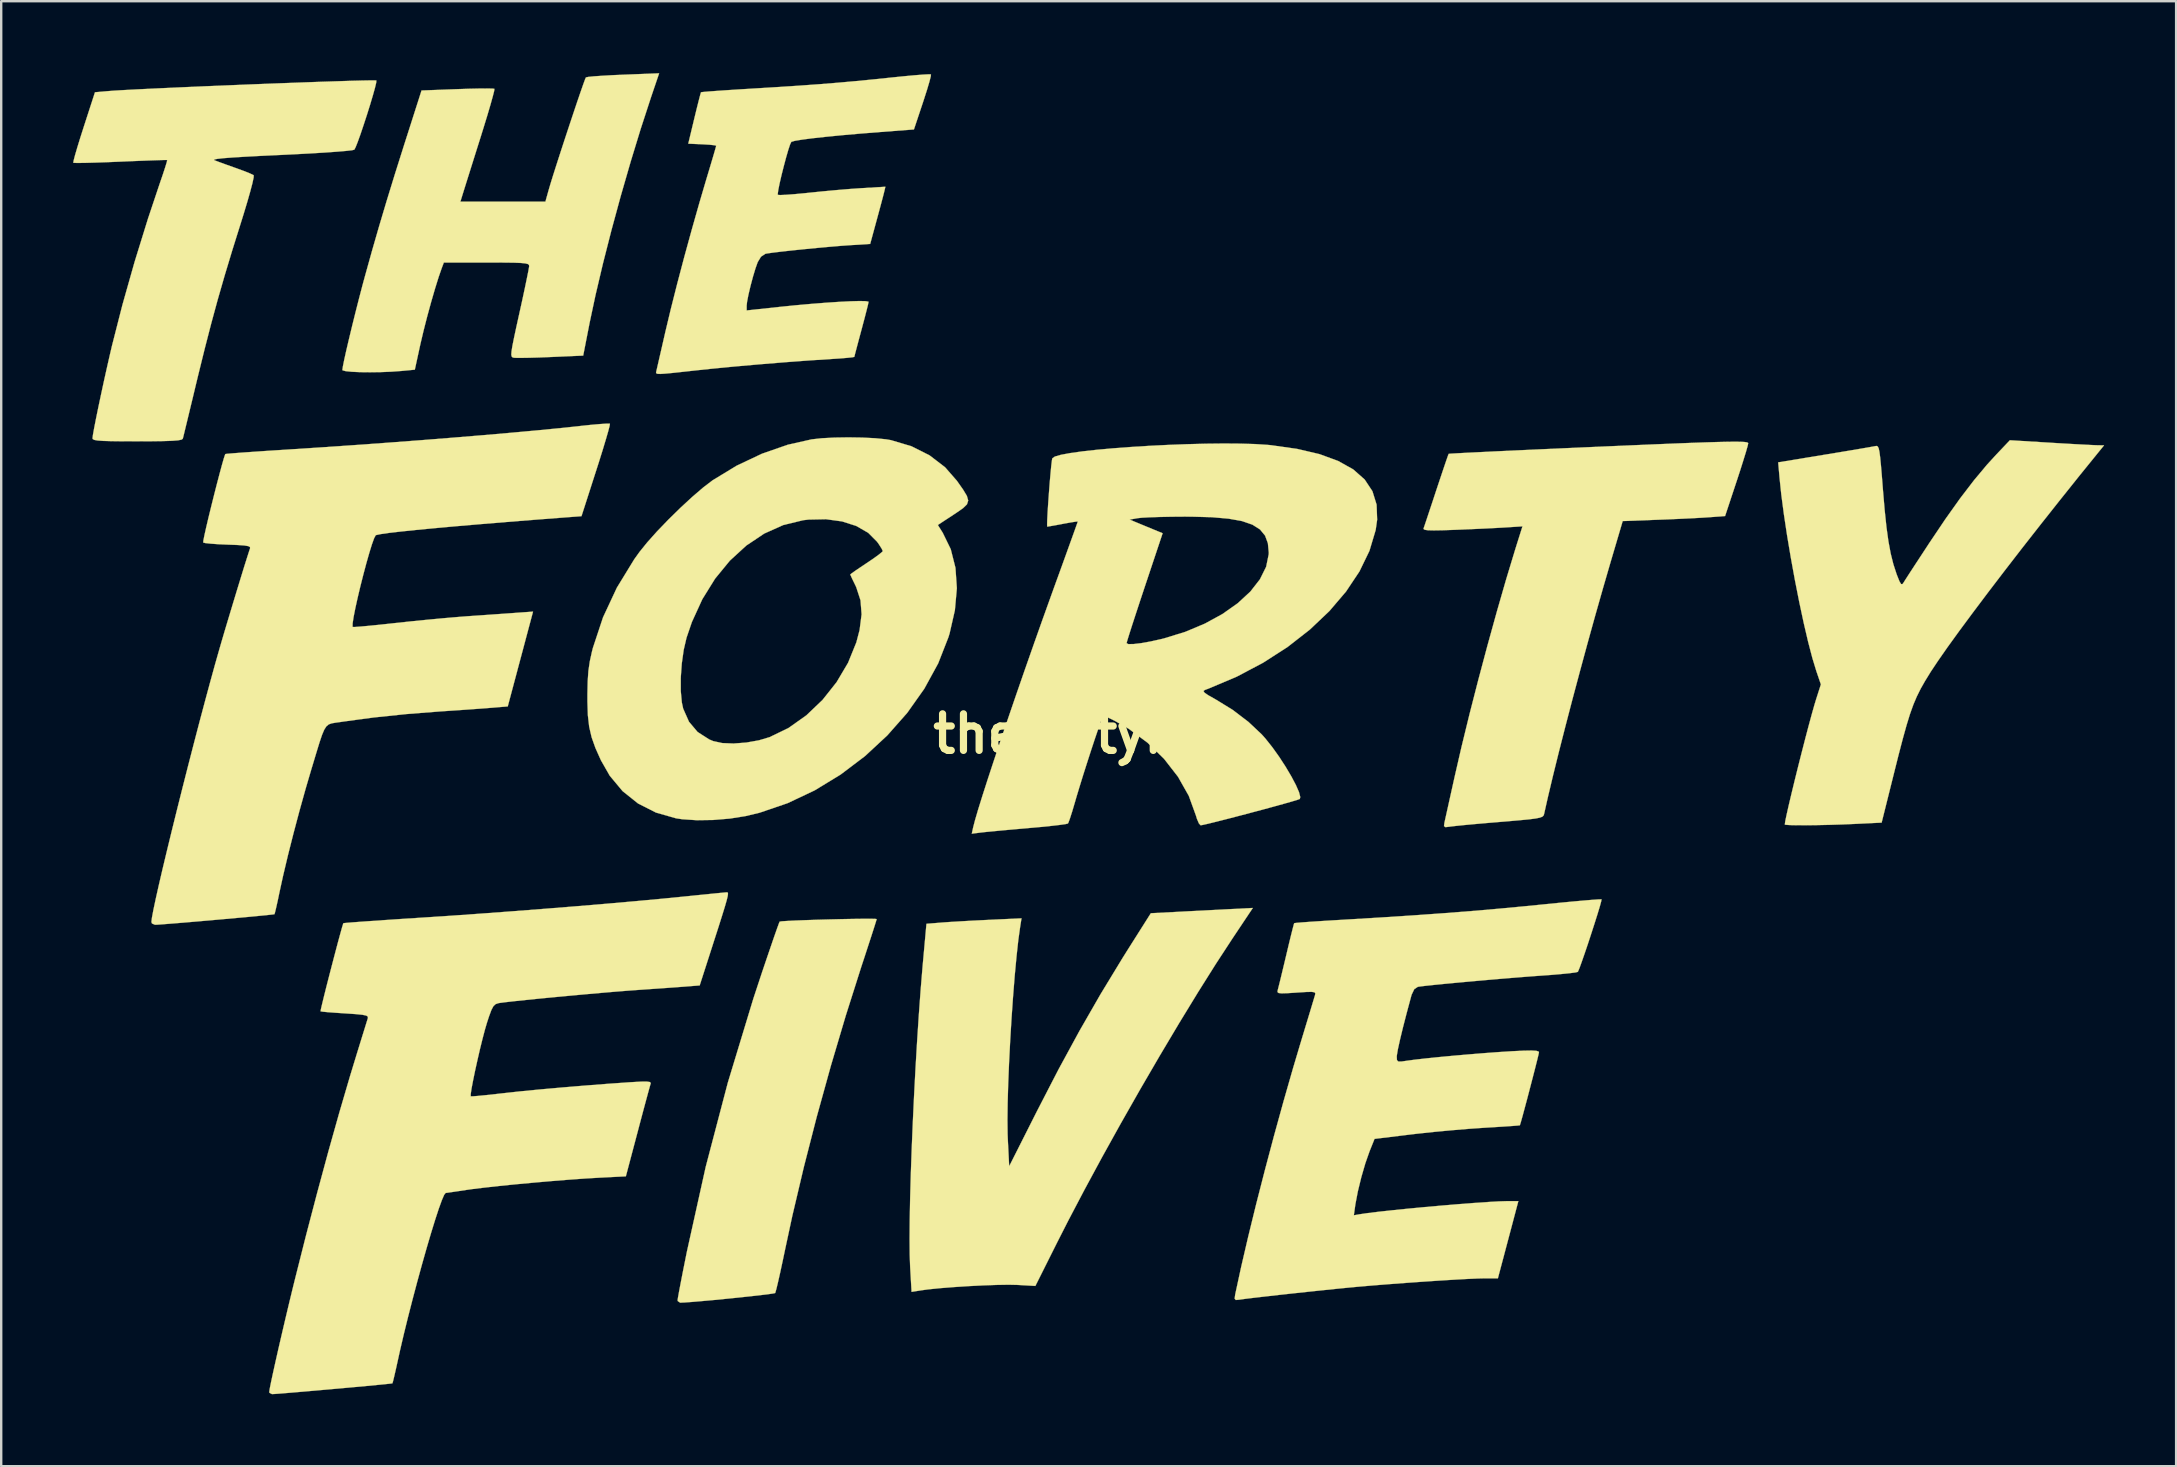
<source format=kicad_pcb>
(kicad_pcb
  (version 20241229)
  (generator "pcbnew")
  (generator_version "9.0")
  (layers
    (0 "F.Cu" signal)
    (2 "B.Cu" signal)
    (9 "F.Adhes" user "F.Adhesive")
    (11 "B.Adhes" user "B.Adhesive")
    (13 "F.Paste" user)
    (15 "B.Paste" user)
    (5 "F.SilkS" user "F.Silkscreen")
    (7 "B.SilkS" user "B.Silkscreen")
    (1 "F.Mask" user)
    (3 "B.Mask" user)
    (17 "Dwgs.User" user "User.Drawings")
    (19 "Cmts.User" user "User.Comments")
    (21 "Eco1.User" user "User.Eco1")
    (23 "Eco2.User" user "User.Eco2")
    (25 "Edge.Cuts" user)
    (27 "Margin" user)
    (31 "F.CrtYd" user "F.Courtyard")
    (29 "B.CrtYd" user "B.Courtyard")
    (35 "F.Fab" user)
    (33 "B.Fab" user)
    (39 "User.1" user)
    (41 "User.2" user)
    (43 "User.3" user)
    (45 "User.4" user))
  (footprint "thefortyfive"
    (layer "F.Cu")
    (at 42.292 27.534)
    (property "Reference" "thefortyfive" (at 0 0 0) (layer "F.SilkS") (effects (font (size 1.524 1.524) (thickness 0.3))))
    (attr through_hole)
    (fp_poly (pts (xy -8.87 7.711) (xy -8.805 7.72) (xy -8.831 7.809) (xy -8.902 8.036) (xy -9.012 8.379) (xy -9.154 8.814) (xy -9.319 9.321) (xy -9.445 9.702) (xy -10.093 11.741) (xy -10.717 13.842) (xy -11.304 15.96) (xy -11.841 18.052) (xy -12.318 20.072) (xy -12.617 21.463) (xy -12.728 21.991) (xy -12.83 22.463) (xy -12.918 22.853) (xy -12.986 23.136) (xy -13.029 23.287) (xy -13.037 23.305) (xy -13.128 23.325) (xy -13.359 23.358) (xy -13.701 23.399) (xy -14.125 23.446) (xy -14.604 23.497) (xy -15.108 23.548) (xy -15.608 23.597) (xy -16.076 23.639) (xy -16.483 23.674) (xy -16.8 23.697) (xy -16.997 23.706) (xy -17.095 23.64) (xy -17.103 23.601) (xy -17.086 23.49) (xy -17.041 23.239) (xy -16.971 22.872) (xy -16.882 22.413) (xy -16.777 21.889) (xy -16.717 21.59) (xy -15.93 18.043) (xy -15.009 14.537) (xy -13.944 11.03) (xy -13.592 9.963) (xy -13.401 9.399) (xy -13.227 8.889) (xy -13.078 8.455) (xy -12.96 8.119) (xy -12.881 7.902) (xy -12.85 7.826) (xy -12.758 7.812) (xy -12.527 7.797) (xy -12.186 7.78) (xy -11.763 7.764) (xy -11.286 7.748) (xy -10.782 7.734) (xy -10.282 7.722) (xy -9.812 7.713) (xy -9.402 7.708) (xy -9.078 7.707) (xy -8.87 7.711)) (stroke (width 0.01) (type solid)) (fill yes) (layer "F.SilkS"))
    (fp_poly (pts (xy 6.026 8.521) (xy 5.334 9.581) (xy 4.587 10.768) (xy 3.802 12.053) (xy 2.994 13.41) (xy 2.179 14.81) (xy 1.374 16.226) (xy 0.595 17.629) (xy -0.143 18.994) (xy -0.824 20.291) (xy -1.275 21.177) (xy -2.192 23.009) (xy -2.941 22.966) (xy -3.305 22.958) (xy -3.795 22.966) (xy -4.368 22.986) (xy -4.982 23.017) (xy -5.595 23.057) (xy -6.164 23.102) (xy -6.647 23.151) (xy -6.928 23.189) (xy -7.351 23.256) (xy -7.411 22.215) (xy -7.429 21.701) (xy -7.434 21.038) (xy -7.428 20.247) (xy -7.411 19.348) (xy -7.383 18.362) (xy -7.346 17.308) (xy -7.3 16.206) (xy -7.247 15.078) (xy -7.187 13.943) (xy -7.121 12.821) (xy -7.05 11.733) (xy -6.975 10.7) (xy -6.896 9.74) (xy -6.873 9.483) (xy -6.731 7.916) (xy -6.096 7.865) (xy -5.781 7.842) (xy -5.345 7.816) (xy -4.84 7.787) (xy -4.313 7.761) (xy -4.115 7.751) (xy -2.77 7.689) (xy -2.826 8.043) (xy -2.903 8.595) (xy -2.978 9.282) (xy -3.052 10.072) (xy -3.121 10.939) (xy -3.185 11.852) (xy -3.241 12.782) (xy -3.288 13.7) (xy -3.324 14.578) (xy -3.347 15.386) (xy -3.356 16.095) (xy -3.349 16.677) (xy -3.342 16.864) (xy -3.284 18.022) (xy -2.123 15.721) (xy -1.23 13.99) (xy -0.353 12.378) (xy 0.532 10.838) (xy 1.452 9.325) (xy 1.704 8.924) (xy 2.62 7.476) (xy 3.66 7.422) (xy 4.194 7.394) (xy 4.808 7.363) (xy 5.415 7.331) (xy 5.785 7.312) (xy 6.871 7.256) (xy 6.026 8.521)) (stroke (width 0.01) (type solid)) (fill yes) (layer "F.SilkS"))
    (fp_poly (pts (xy 27.201 -12.172) (xy 27.359 -12.164) (xy 27.457 -12.15) (xy 27.505 -12.131) (xy 27.517 -12.111) (xy 27.491 -11.993) (xy 27.42 -11.743) (xy 27.311 -11.389) (xy 27.175 -10.959) (xy 27.035 -10.532) (xy 26.553 -9.078) (xy 25.913 -9.029) (xy 25.608 -9.009) (xy 25.179 -8.985) (xy 24.671 -8.961) (xy 24.127 -8.937) (xy 23.779 -8.924) (xy 22.286 -8.868) (xy 21.77 -7.122) (xy 21.462 -6.062) (xy 21.142 -4.937) (xy 20.819 -3.772) (xy 20.499 -2.593) (xy 20.187 -1.425) (xy 19.892 -0.293) (xy 19.619 0.777) (xy 19.376 1.761) (xy 19.169 2.632) (xy 19.008 3.349) (xy 18.986 3.407) (xy 18.934 3.454) (xy 18.83 3.493) (xy 18.654 3.528) (xy 18.383 3.563) (xy 17.996 3.6) (xy 17.473 3.646) (xy 17.169 3.671) (xy 16.616 3.717) (xy 16.105 3.762) (xy 15.665 3.803) (xy 15.326 3.838) (xy 15.118 3.862) (xy 15.088 3.867) (xy 14.901 3.889) (xy 14.838 3.845) (xy 14.854 3.714) (xy 14.885 3.573) (xy 14.947 3.295) (xy 15.033 2.907) (xy 15.137 2.439) (xy 15.253 1.917) (xy 15.284 1.778) (xy 15.571 0.531) (xy 15.902 -0.824) (xy 16.266 -2.243) (xy 16.65 -3.683) (xy 17.042 -5.099) (xy 17.431 -6.448) (xy 17.806 -7.686) (xy 17.9 -7.986) (xy 18.109 -8.648) (xy 17.373 -8.601) (xy 17.018 -8.581) (xy 16.546 -8.557) (xy 16.013 -8.533) (xy 15.47 -8.51) (xy 15.291 -8.503) (xy 14.777 -8.485) (xy 14.41 -8.479) (xy 14.17 -8.485) (xy 14.036 -8.504) (xy 13.986 -8.538) (xy 13.988 -8.565) (xy 14.027 -8.678) (xy 14.11 -8.925) (xy 14.227 -9.277) (xy 14.37 -9.707) (xy 14.519 -10.16) (xy 14.676 -10.63) (xy 14.814 -11.042) (xy 14.925 -11.37) (xy 15.001 -11.587) (xy 15.032 -11.669) (xy 15.118 -11.677) (xy 15.36 -11.691) (xy 15.744 -11.712) (xy 16.259 -11.737) (xy 16.889 -11.768) (xy 17.622 -11.802) (xy 18.445 -11.84) (xy 19.344 -11.88) (xy 20.306 -11.923) (xy 21.285 -11.966) (xy 22.474 -12.017) (xy 23.504 -12.061) (xy 24.386 -12.097) (xy 25.133 -12.126) (xy 25.753 -12.148) (xy 26.26 -12.163) (xy 26.663 -12.172) (xy 26.973 -12.175) (xy 27.201 -12.172)) (stroke (width 0.01) (type solid)) (fill yes) (layer "F.SilkS"))
    (fp_poly (pts (xy 40.06 -12.136) (xy 40.593 -12.104) (xy 41.088 -12.076) (xy 41.513 -12.053) (xy 41.835 -12.037) (xy 42.022 -12.029) (xy 42.022 -12.029) (xy 42.346 -12.023) (xy 42.149 -11.781) (xy 41.328 -10.768) (xy 40.514 -9.75) (xy 39.715 -8.741) (xy 38.942 -7.755) (xy 38.206 -6.803) (xy 37.516 -5.9) (xy 36.884 -5.06) (xy 36.317 -4.295) (xy 35.828 -3.619) (xy 35.427 -3.044) (xy 35.122 -2.586) (xy 35.101 -2.551) (xy 34.885 -2.2) (xy 34.702 -1.877) (xy 34.543 -1.557) (xy 34.398 -1.215) (xy 34.259 -0.826) (xy 34.117 -0.366) (xy 33.962 0.191) (xy 33.785 0.868) (xy 33.629 1.49) (xy 33.077 3.7) (xy 31.934 3.755) (xy 31.43 3.776) (xy 30.912 3.792) (xy 30.407 3.803) (xy 29.943 3.809) (xy 29.548 3.808) (xy 29.25 3.802) (xy 29.075 3.79) (xy 29.041 3.779) (xy 29.061 3.636) (xy 29.12 3.355) (xy 29.209 2.961) (xy 29.323 2.48) (xy 29.455 1.936) (xy 29.599 1.355) (xy 29.749 0.763) (xy 29.898 0.184) (xy 30.04 -0.355) (xy 30.169 -0.83) (xy 30.278 -1.215) (xy 30.344 -1.433) (xy 30.545 -2.061) (xy 30.355 -2.618) (xy 30.191 -3.157) (xy 30.014 -3.834) (xy 29.83 -4.621) (xy 29.645 -5.487) (xy 29.464 -6.403) (xy 29.293 -7.34) (xy 29.137 -8.267) (xy 29.003 -9.155) (xy 28.895 -9.975) (xy 28.822 -10.674) (xy 28.766 -11.315) (xy 30.703 -11.634) (xy 31.264 -11.726) (xy 31.777 -11.812) (xy 32.215 -11.886) (xy 32.552 -11.944) (xy 32.762 -11.982) (xy 32.813 -11.992) (xy 32.87 -11.999) (xy 32.915 -11.976) (xy 32.953 -11.902) (xy 32.985 -11.757) (xy 33.016 -11.521) (xy 33.05 -11.174) (xy 33.09 -10.695) (xy 33.13 -10.186) (xy 33.203 -9.329) (xy 33.278 -8.615) (xy 33.361 -8.018) (xy 33.455 -7.513) (xy 33.565 -7.073) (xy 33.695 -6.673) (xy 33.717 -6.613) (xy 33.819 -6.358) (xy 33.888 -6.242) (xy 33.944 -6.241) (xy 33.986 -6.297) (xy 34.059 -6.413) (xy 34.209 -6.646) (xy 34.422 -6.973) (xy 34.683 -7.372) (xy 34.975 -7.817) (xy 35.059 -7.946) (xy 35.733 -8.949) (xy 36.35 -9.816) (xy 36.925 -10.567) (xy 37.471 -11.22) (xy 37.851 -11.635) (xy 38.421 -12.236) (xy 40.06 -12.136)) (stroke (width 0.01) (type solid)) (fill yes) (layer "F.SilkS"))
    (fp_poly (pts (xy -18.211 -26.528) (xy -18.639 -25.217) (xy -19.063 -23.831) (xy -19.474 -22.408) (xy -19.861 -20.985) (xy -20.214 -19.601) (xy -20.522 -18.293) (xy -20.776 -17.1) (xy -20.794 -17.005) (xy -21.037 -15.764) (xy -22.393 -15.705) (xy -22.867 -15.686) (xy -23.292 -15.674) (xy -23.634 -15.669) (xy -23.86 -15.671) (xy -23.925 -15.675) (xy -23.981 -15.69) (xy -24.018 -15.727) (xy -24.033 -15.805) (xy -24.023 -15.946) (xy -23.987 -16.17) (xy -23.921 -16.499) (xy -23.824 -16.952) (xy -23.697 -17.526) (xy -23.578 -18.065) (xy -23.473 -18.555) (xy -23.387 -18.969) (xy -23.324 -19.28) (xy -23.292 -19.463) (xy -23.288 -19.494) (xy -23.298 -19.544) (xy -23.345 -19.581) (xy -23.45 -19.607) (xy -23.634 -19.625) (xy -23.919 -19.636) (xy -24.324 -19.641) (xy -24.872 -19.643) (xy -25.063 -19.643) (xy -26.844 -19.643) (xy -26.932 -19.41) (xy -27.06 -19.042) (xy -27.212 -18.554) (xy -27.376 -17.989) (xy -27.539 -17.393) (xy -27.688 -16.81) (xy -27.812 -16.285) (xy -27.824 -16.234) (xy -28.054 -15.177) (xy -28.611 -15.124) (xy -29.025 -15.094) (xy -29.471 -15.076) (xy -29.917 -15.07) (xy -30.33 -15.074) (xy -30.681 -15.09) (xy -30.936 -15.116) (xy -31.064 -15.151) (xy -31.073 -15.165) (xy -31.052 -15.312) (xy -30.995 -15.596) (xy -30.907 -15.992) (xy -30.794 -16.472) (xy -30.664 -17.011) (xy -30.522 -17.583) (xy -30.375 -18.16) (xy -30.229 -18.718) (xy -30.127 -19.092) (xy -29.838 -20.13) (xy -29.542 -21.156) (xy -29.228 -22.21) (xy -28.883 -23.331) (xy -28.495 -24.56) (xy -28.359 -24.984) (xy -27.774 -26.813) (xy -26.277 -26.869) (xy -25.791 -26.885) (xy -25.366 -26.894) (xy -25.03 -26.896) (xy -24.81 -26.891) (xy -24.736 -26.881) (xy -24.748 -26.791) (xy -24.806 -26.563) (xy -24.902 -26.218) (xy -25.031 -25.78) (xy -25.187 -25.271) (xy -25.312 -24.869) (xy -25.492 -24.299) (xy -25.66 -23.764) (xy -25.809 -23.29) (xy -25.93 -22.905) (xy -26.014 -22.637) (xy -26.043 -22.543) (xy -26.154 -22.183) (xy -24.382 -22.183) (xy -22.611 -22.183) (xy -22.475 -22.669) (xy -22.401 -22.921) (xy -22.29 -23.28) (xy -22.149 -23.722) (xy -21.988 -24.221) (xy -21.814 -24.755) (xy -21.635 -25.297) (xy -21.46 -25.823) (xy -21.297 -26.31) (xy -21.153 -26.731) (xy -21.037 -27.063) (xy -20.958 -27.28) (xy -20.923 -27.358) (xy -20.825 -27.379) (xy -20.587 -27.403) (xy -20.235 -27.427) (xy -19.798 -27.452) (xy -19.371 -27.47) (xy -17.872 -27.529) (xy -18.211 -26.528)) (stroke (width 0.01) (type solid)) (fill yes) (layer "F.SilkS"))
    (fp_poly (pts (xy -29.702 -27.234) (xy -29.656 -27.229) (xy -29.664 -27.136) (xy -29.717 -26.914) (xy -29.806 -26.596) (xy -29.92 -26.213) (xy -30.05 -25.798) (xy -30.186 -25.382) (xy -30.316 -24.996) (xy -30.432 -24.673) (xy -30.523 -24.444) (xy -30.576 -24.345) (xy -30.675 -24.322) (xy -30.924 -24.294) (xy -31.303 -24.262) (xy -31.792 -24.227) (xy -32.371 -24.192) (xy -33.021 -24.157) (xy -33.635 -24.127) (xy -34.466 -24.088) (xy -35.138 -24.052) (xy -35.658 -24.02) (xy -36.037 -23.991) (xy -36.284 -23.963) (xy -36.408 -23.937) (xy -36.418 -23.911) (xy -36.407 -23.906) (xy -36.229 -23.838) (xy -35.944 -23.734) (xy -35.608 -23.614) (xy -35.518 -23.582) (xy -35.199 -23.466) (xy -34.942 -23.364) (xy -34.789 -23.293) (xy -34.768 -23.279) (xy -34.772 -23.184) (xy -34.822 -22.95) (xy -34.913 -22.603) (xy -35.038 -22.164) (xy -35.191 -21.657) (xy -35.295 -21.323) (xy -35.661 -20.156) (xy -35.981 -19.096) (xy -36.27 -18.093) (xy -36.541 -17.096) (xy -36.81 -16.054) (xy -37.091 -14.916) (xy -37.166 -14.605) (xy -37.307 -14.015) (xy -37.437 -13.478) (xy -37.549 -13.014) (xy -37.638 -12.648) (xy -37.698 -12.401) (xy -37.725 -12.298) (xy -37.777 -12.261) (xy -37.921 -12.233) (xy -38.173 -12.213) (xy -38.548 -12.201) (xy -39.062 -12.194) (xy -39.621 -12.192) (xy -40.24 -12.193) (xy -40.709 -12.199) (xy -41.047 -12.209) (xy -41.275 -12.226) (xy -41.411 -12.25) (xy -41.474 -12.283) (xy -41.487 -12.315) (xy -41.469 -12.458) (xy -41.419 -12.738) (xy -41.342 -13.13) (xy -41.245 -13.605) (xy -41.132 -14.137) (xy -41.011 -14.699) (xy -40.885 -15.264) (xy -40.762 -15.804) (xy -40.676 -16.171) (xy -40.239 -17.882) (xy -39.732 -19.672) (xy -39.174 -21.474) (xy -38.685 -22.935) (xy -38.557 -23.308) (xy -38.456 -23.617) (xy -38.391 -23.83) (xy -38.373 -23.915) (xy -38.373 -23.916) (xy -38.46 -23.917) (xy -38.693 -23.911) (xy -39.047 -23.899) (xy -39.497 -23.882) (xy -40.02 -23.861) (xy -40.323 -23.848) (xy -40.876 -23.825) (xy -41.37 -23.808) (xy -41.781 -23.797) (xy -42.085 -23.793) (xy -42.257 -23.796) (xy -42.287 -23.801) (xy -42.274 -23.89) (xy -42.216 -24.113) (xy -42.119 -24.445) (xy -41.992 -24.858) (xy -41.854 -25.289) (xy -41.384 -26.739) (xy -40.821 -26.788) (xy -40.556 -26.808) (xy -40.158 -26.831) (xy -39.645 -26.858) (xy -39.033 -26.888) (xy -38.341 -26.92) (xy -37.584 -26.954) (xy -36.78 -26.989) (xy -35.946 -27.023) (xy -35.099 -27.058) (xy -34.256 -27.091) (xy -33.434 -27.122) (xy -32.65 -27.151) (xy -31.921 -27.177) (xy -31.265 -27.198) (xy -30.698 -27.216) (xy -30.237 -27.228) (xy -29.899 -27.234) (xy -29.702 -27.234)) (stroke (width 0.01) (type solid)) (fill yes) (layer "F.SilkS"))
    (fp_poly (pts (xy -9.403 -12.347) (xy -8.862 -12.32) (xy -8.414 -12.275) (xy -8.213 -12.241) (xy -7.357 -11.986) (xy -6.601 -11.606) (xy -5.956 -11.112) (xy -5.463 -10.548) (xy -5.204 -10.18) (xy -5.046 -9.917) (xy -4.991 -9.723) (xy -5.042 -9.565) (xy -5.203 -9.408) (xy -5.476 -9.218) (xy -5.589 -9.143) (xy -6.257 -8.705) (xy -6.053 -8.381) (xy -5.718 -7.694) (xy -5.522 -6.919) (xy -5.464 -6.068) (xy -5.546 -5.151) (xy -5.768 -4.18) (xy -5.815 -4.028) (xy -6.242 -2.938) (xy -6.82 -1.882) (xy -7.532 -0.876) (xy -8.363 0.065) (xy -9.293 0.928) (xy -10.308 1.696) (xy -11.389 2.355) (xy -12.521 2.89) (xy -13.685 3.287) (xy -14.268 3.427) (xy -14.923 3.531) (xy -15.621 3.589) (xy -16.304 3.599) (xy -16.913 3.558) (xy -17.166 3.52) (xy -18.007 3.28) (xy -18.751 2.902) (xy -19.393 2.389) (xy -19.931 1.744) (xy -20.299 1.099) (xy -20.526 0.592) (xy -20.685 0.145) (xy -20.787 -0.294) (xy -20.842 -0.775) (xy -20.861 -1.35) (xy -20.861 -1.651) (xy -20.858 -1.785) (xy -16.97 -1.785) (xy -16.926 -1.307) (xy -16.87 -1.05) (xy -16.627 -0.503) (xy -16.268 -0.077) (xy -15.788 0.231) (xy -15.616 0.303) (xy -15.244 0.384) (xy -14.768 0.403) (xy -14.239 0.363) (xy -13.711 0.269) (xy -13.268 0.137) (xy -12.478 -0.246) (xy -11.736 -0.772) (xy -11.061 -1.416) (xy -10.476 -2.154) (xy -9.999 -2.96) (xy -9.653 -3.811) (xy -9.518 -4.324) (xy -9.434 -4.982) (xy -9.479 -5.565) (xy -9.658 -6.113) (xy -9.703 -6.209) (xy -9.816 -6.44) (xy -9.889 -6.599) (xy -9.906 -6.643) (xy -9.84 -6.696) (xy -9.663 -6.821) (xy -9.405 -6.995) (xy -9.229 -7.112) (xy -8.937 -7.309) (xy -8.709 -7.475) (xy -8.574 -7.587) (xy -8.551 -7.618) (xy -8.597 -7.717) (xy -8.713 -7.9) (xy -8.791 -8.009) (xy -9.158 -8.378) (xy -9.652 -8.662) (xy -10.246 -8.853) (xy -10.918 -8.945) (xy -11.642 -8.93) (xy -11.868 -8.904) (xy -12.698 -8.703) (xy -13.492 -8.347) (xy -14.238 -7.848) (xy -14.925 -7.218) (xy -15.54 -6.468) (xy -16.072 -5.611) (xy -16.507 -4.66) (xy -16.731 -4.004) (xy -16.848 -3.502) (xy -16.928 -2.932) (xy -16.97 -2.343) (xy -16.97 -1.785) (xy -20.858 -1.785) (xy -20.849 -2.193) (xy -20.819 -2.628) (xy -20.762 -3.017) (xy -20.673 -3.422) (xy -20.632 -3.583) (xy -20.211 -4.854) (xy -19.633 -6.092) (xy -18.912 -7.271) (xy -18.689 -7.583) (xy -18.369 -7.979) (xy -17.957 -8.44) (xy -17.484 -8.931) (xy -16.983 -9.422) (xy -16.489 -9.878) (xy -16.034 -10.269) (xy -15.65 -10.562) (xy -15.639 -10.57) (xy -14.638 -11.178) (xy -13.581 -11.677) (xy -12.507 -12.05) (xy -11.515 -12.273) (xy -11.091 -12.32) (xy -10.565 -12.347) (xy -9.986 -12.356) (xy -9.403 -12.347)) (stroke (width 0.01) (type solid)) (fill yes) (layer "F.SilkS"))
    (fp_poly (pts (xy -6.543 -27.484) (xy -6.543 -27.483) (xy -6.553 -27.393) (xy -6.61 -27.172) (xy -6.705 -26.851) (xy -6.83 -26.46) (xy -6.877 -26.316) (xy -7.253 -25.189) (xy -8.643 -25.083) (xy -9.488 -25.016) (xy -10.252 -24.949) (xy -10.92 -24.883) (xy -11.479 -24.822) (xy -11.914 -24.765) (xy -12.212 -24.716) (xy -12.356 -24.674) (xy -12.365 -24.668) (xy -12.416 -24.559) (xy -12.492 -24.329) (xy -12.583 -24.014) (xy -12.679 -23.653) (xy -12.772 -23.284) (xy -12.851 -22.943) (xy -12.906 -22.669) (xy -12.929 -22.499) (xy -12.924 -22.463) (xy -12.827 -22.455) (xy -12.593 -22.465) (xy -12.252 -22.49) (xy -11.835 -22.529) (xy -11.624 -22.551) (xy -11.073 -22.607) (xy -10.48 -22.662) (xy -9.913 -22.709) (xy -9.439 -22.742) (xy -9.407 -22.744) (xy -8.442 -22.801) (xy -8.501 -22.555) (xy -8.547 -22.375) (xy -8.626 -22.077) (xy -8.727 -21.703) (xy -8.819 -21.364) (xy -9.076 -20.419) (xy -9.893 -20.367) (xy -10.289 -20.339) (xy -10.762 -20.299) (xy -11.279 -20.252) (xy -11.807 -20.201) (xy -12.314 -20.149) (xy -12.766 -20.099) (xy -13.132 -20.055) (xy -13.377 -20.02) (xy -13.444 -20.007) (xy -13.626 -19.886) (xy -13.764 -19.66) (xy -13.858 -19.395) (xy -13.963 -19.046) (xy -14.065 -18.663) (xy -14.151 -18.298) (xy -14.208 -18.001) (xy -14.224 -17.847) (xy -14.224 -17.646) (xy -12.848 -17.794) (xy -12.185 -17.861) (xy -11.537 -17.919) (xy -10.924 -17.967) (xy -10.369 -18.004) (xy -9.892 -18.028) (xy -9.516 -18.038) (xy -9.26 -18.032) (xy -9.148 -18.011) (xy -9.144 -18.004) (xy -9.165 -17.899) (xy -9.223 -17.664) (xy -9.309 -17.33) (xy -9.415 -16.931) (xy -9.44 -16.837) (xy -9.549 -16.432) (xy -9.64 -16.09) (xy -9.705 -15.842) (xy -9.735 -15.719) (xy -9.737 -15.711) (xy -9.815 -15.694) (xy -10.029 -15.671) (xy -10.342 -15.645) (xy -10.647 -15.625) (xy -11.595 -15.564) (xy -12.63 -15.487) (xy -13.698 -15.4) (xy -14.743 -15.308) (xy -15.711 -15.214) (xy -16.291 -15.153) (xy -16.873 -15.089) (xy -17.308 -15.042) (xy -17.616 -15.013) (xy -17.818 -15) (xy -17.936 -15.004) (xy -17.989 -15.025) (xy -18 -15.062) (xy -17.988 -15.116) (xy -17.984 -15.134) (xy -17.954 -15.262) (xy -17.894 -15.525) (xy -17.809 -15.894) (xy -17.707 -16.339) (xy -17.61 -16.764) (xy -17.387 -17.697) (xy -17.122 -18.746) (xy -16.827 -19.865) (xy -16.513 -21.008) (xy -16.194 -22.132) (xy -15.91 -23.096) (xy -15.773 -23.552) (xy -15.655 -23.948) (xy -15.564 -24.258) (xy -15.508 -24.454) (xy -15.494 -24.511) (xy -15.571 -24.531) (xy -15.775 -24.553) (xy -16.061 -24.57) (xy -16.076 -24.571) (xy -16.658 -24.596) (xy -16.404 -25.654) (xy -16.307 -26.053) (xy -16.223 -26.387) (xy -16.161 -26.625) (xy -16.129 -26.735) (xy -16.127 -26.739) (xy -16.04 -26.751) (xy -15.807 -26.771) (xy -15.452 -26.797) (xy -14.999 -26.828) (xy -14.47 -26.862) (xy -14.085 -26.885) (xy -13.008 -26.951) (xy -12.064 -27.012) (xy -11.217 -27.073) (xy -10.432 -27.136) (xy -9.671 -27.204) (xy -8.899 -27.279) (xy -8.181 -27.354) (xy -7.68 -27.405) (xy -7.239 -27.446) (xy -6.885 -27.474) (xy -6.644 -27.487) (xy -6.543 -27.484)) (stroke (width 0.01) (type solid)) (fill yes) (layer "F.SilkS"))
    (fp_poly (pts (xy -19.923 -12.924) (xy -19.936 -12.835) (xy -19.995 -12.608) (xy -20.094 -12.266) (xy -20.225 -11.831) (xy -20.383 -11.326) (xy -20.495 -10.977) (xy -21.108 -9.071) (xy -21.709 -9.026) (xy -23.018 -8.926) (xy -24.234 -8.829) (xy -25.35 -8.737) (xy -26.356 -8.651) (xy -27.246 -8.57) (xy -28.01 -8.497) (xy -28.642 -8.431) (xy -29.132 -8.374) (xy -29.473 -8.325) (xy -29.656 -8.287) (xy -29.685 -8.274) (xy -29.751 -8.149) (xy -29.843 -7.893) (xy -29.953 -7.537) (xy -30.075 -7.108) (xy -30.201 -6.634) (xy -30.325 -6.145) (xy -30.438 -5.669) (xy -30.534 -5.234) (xy -30.606 -4.87) (xy -30.646 -4.604) (xy -30.648 -4.466) (xy -30.642 -4.455) (xy -30.551 -4.454) (xy -30.318 -4.471) (xy -29.967 -4.503) (xy -29.524 -4.547) (xy -29.015 -4.602) (xy -28.871 -4.618) (xy -28.232 -4.686) (xy -27.543 -4.755) (xy -26.86 -4.819) (xy -26.241 -4.872) (xy -25.823 -4.904) (xy -25.3 -4.94) (xy -24.771 -4.977) (xy -24.289 -5.011) (xy -23.907 -5.038) (xy -23.819 -5.045) (xy -23.127 -5.094) (xy -23.417 -4.008) (xy -23.554 -3.492) (xy -23.704 -2.932) (xy -23.846 -2.399) (xy -23.944 -2.032) (xy -24.181 -1.143) (xy -24.854 -1.087) (xy -25.171 -1.062) (xy -25.612 -1.03) (xy -26.129 -0.993) (xy -26.677 -0.956) (xy -27.009 -0.934) (xy -28.411 -0.824) (xy -29.761 -0.683) (xy -31.002 -0.516) (xy -31.143 -0.495) (xy -31.353 -0.466) (xy -31.513 -0.439) (xy -31.638 -0.396) (xy -31.739 -0.314) (xy -31.828 -0.175) (xy -31.92 0.042) (xy -32.026 0.356) (xy -32.159 0.79) (xy -32.331 1.361) (xy -32.352 1.428) (xy -32.603 2.281) (xy -32.86 3.202) (xy -33.11 4.144) (xy -33.342 5.061) (xy -33.543 5.908) (xy -33.695 6.602) (xy -33.771 6.967) (xy -33.838 7.264) (xy -33.885 7.459) (xy -33.904 7.517) (xy -33.991 7.529) (xy -34.22 7.554) (xy -34.567 7.588) (xy -35.007 7.63) (xy -35.513 7.676) (xy -36.06 7.725) (xy -36.622 7.775) (xy -37.175 7.823) (xy -37.692 7.867) (xy -38.148 7.904) (xy -38.517 7.933) (xy -38.775 7.952) (xy -38.883 7.957) (xy -39.008 7.903) (xy -39.031 7.84) (xy -39.01 7.662) (xy -38.949 7.336) (xy -38.852 6.879) (xy -38.724 6.308) (xy -38.568 5.637) (xy -38.388 4.885) (xy -38.189 4.067) (xy -37.974 3.198) (xy -37.748 2.297) (xy -37.514 1.377) (xy -37.277 0.457) (xy -37.041 -0.448) (xy -36.809 -1.321) (xy -36.586 -2.147) (xy -36.376 -2.909) (xy -36.228 -3.429) (xy -36.113 -3.828) (xy -35.972 -4.307) (xy -35.813 -4.838) (xy -35.645 -5.395) (xy -35.477 -5.95) (xy -35.316 -6.476) (xy -35.172 -6.945) (xy -35.051 -7.329) (xy -34.964 -7.602) (xy -34.921 -7.727) (xy -34.922 -7.784) (xy -34.993 -7.823) (xy -35.158 -7.851) (xy -35.444 -7.871) (xy -35.844 -7.886) (xy -36.234 -7.903) (xy -36.56 -7.926) (xy -36.785 -7.951) (xy -36.873 -7.974) (xy -36.865 -8.063) (xy -36.82 -8.287) (xy -36.746 -8.618) (xy -36.65 -9.026) (xy -36.538 -9.483) (xy -36.419 -9.96) (xy -36.299 -10.429) (xy -36.186 -10.86) (xy -36.087 -11.226) (xy -36.009 -11.497) (xy -35.959 -11.645) (xy -35.949 -11.662) (xy -35.861 -11.673) (xy -35.625 -11.693) (xy -35.261 -11.721) (xy -34.789 -11.754) (xy -34.23 -11.792) (xy -33.604 -11.832) (xy -33.265 -11.854) (xy -31.923 -11.941) (xy -30.549 -12.035) (xy -29.166 -12.135) (xy -27.796 -12.238) (xy -26.462 -12.344) (xy -25.187 -12.449) (xy -23.991 -12.553) (xy -22.899 -12.653) (xy -21.932 -12.748) (xy -21.137 -12.833) (xy -20.711 -12.878) (xy -20.347 -12.91) (xy -20.079 -12.928) (xy -19.937 -12.928) (xy -19.923 -12.924)) (stroke (width 0.01) (type solid)) (fill yes) (layer "F.SilkS"))
    (fp_poly (pts (xy -15.012 6.616) (xy -15.002 6.663) (xy -15.015 6.763) (xy -15.056 6.933) (xy -15.13 7.192) (xy -15.242 7.555) (xy -15.396 8.043) (xy -15.598 8.67) (xy -15.632 8.777) (xy -16.182 10.485) (xy -16.791 10.533) (xy -17.098 10.556) (xy -17.525 10.587) (xy -18.023 10.622) (xy -18.541 10.658) (xy -18.711 10.67) (xy -19.156 10.702) (xy -19.693 10.745) (xy -20.295 10.796) (xy -20.94 10.853) (xy -21.601 10.914) (xy -22.253 10.975) (xy -22.873 11.035) (xy -23.434 11.092) (xy -23.912 11.142) (xy -24.281 11.184) (xy -24.518 11.215) (xy -24.573 11.225) (xy -24.686 11.264) (xy -24.776 11.346) (xy -24.861 11.505) (xy -24.96 11.771) (xy -25.051 12.05) (xy -25.137 12.344) (xy -25.236 12.722) (xy -25.342 13.152) (xy -25.446 13.604) (xy -25.544 14.046) (xy -25.627 14.449) (xy -25.69 14.781) (xy -25.724 15.011) (xy -25.725 15.108) (xy -25.724 15.108) (xy -25.635 15.107) (xy -25.407 15.088) (xy -25.069 15.055) (xy -24.652 15.009) (xy -24.384 14.979) (xy -23.693 14.903) (xy -22.873 14.823) (xy -21.964 14.742) (xy -21.006 14.662) (xy -20.04 14.587) (xy -19.106 14.521) (xy -19.019 14.516) (xy -18.631 14.494) (xy -18.385 14.492) (xy -18.257 14.511) (xy -18.22 14.553) (xy -18.225 14.575) (xy -18.258 14.687) (xy -18.327 14.938) (xy -18.426 15.303) (xy -18.548 15.757) (xy -18.686 16.276) (xy -18.762 16.565) (xy -19.259 18.441) (xy -20.361 18.497) (xy -20.937 18.531) (xy -21.608 18.579) (xy -22.338 18.637) (xy -23.094 18.703) (xy -23.84 18.772) (xy -24.542 18.843) (xy -25.165 18.912) (xy -25.674 18.974) (xy -25.908 19.008) (xy -26.26 19.061) (xy -26.546 19.103) (xy -26.727 19.129) (xy -26.769 19.133) (xy -26.832 19.214) (xy -26.929 19.44) (xy -27.057 19.794) (xy -27.209 20.258) (xy -27.38 20.812) (xy -27.565 21.44) (xy -27.758 22.121) (xy -27.955 22.839) (xy -28.15 23.574) (xy -28.338 24.308) (xy -28.514 25.023) (xy -28.672 25.7) (xy -28.751 26.059) (xy -28.836 26.444) (xy -28.909 26.763) (xy -28.962 26.982) (xy -28.988 27.068) (xy -29.073 27.08) (xy -29.302 27.104) (xy -29.648 27.138) (xy -30.087 27.18) (xy -30.593 27.226) (xy -31.141 27.276) (xy -31.705 27.326) (xy -32.26 27.375) (xy -32.78 27.42) (xy -33.24 27.459) (xy -33.615 27.49) (xy -33.879 27.51) (xy -34.007 27.517) (xy -34.111 27.464) (xy -34.121 27.429) (xy -34.102 27.298) (xy -34.048 27.027) (xy -33.964 26.635) (xy -33.856 26.148) (xy -33.729 25.586) (xy -33.587 24.974) (xy -33.437 24.333) (xy -33.283 23.686) (xy -33.13 23.056) (xy -33.05 22.733) (xy -32.592 20.918) (xy -32.125 19.135) (xy -31.659 17.414) (xy -31.2 15.782) (xy -30.756 14.269) (xy -30.471 13.335) (xy -30.329 12.875) (xy -30.202 12.465) (xy -30.1 12.135) (xy -30.032 11.916) (xy -30.01 11.845) (xy -30.013 11.785) (xy -30.08 11.741) (xy -30.238 11.708) (xy -30.513 11.68) (xy -30.929 11.652) (xy -30.963 11.65) (xy -31.353 11.624) (xy -31.676 11.6) (xy -31.898 11.578) (xy -31.983 11.564) (xy -31.969 11.48) (xy -31.918 11.261) (xy -31.839 10.936) (xy -31.738 10.532) (xy -31.622 10.079) (xy -31.499 9.605) (xy -31.377 9.138) (xy -31.263 8.707) (xy -31.163 8.34) (xy -31.087 8.066) (xy -31.04 7.913) (xy -31.031 7.891) (xy -30.944 7.881) (xy -30.707 7.861) (xy -30.338 7.833) (xy -29.855 7.799) (xy -29.276 7.759) (xy -28.621 7.715) (xy -27.907 7.669) (xy -27.76 7.66) (xy -26.561 7.581) (xy -25.286 7.491) (xy -23.964 7.393) (xy -22.627 7.29) (xy -21.305 7.184) (xy -20.028 7.077) (xy -18.827 6.971) (xy -17.733 6.87) (xy -16.775 6.775) (xy -16.722 6.77) (xy -16.216 6.718) (xy -15.768 6.673) (xy -15.405 6.637) (xy -15.154 6.613) (xy -15.042 6.604) (xy -15.041 6.604) (xy -15.012 6.616)) (stroke (width 0.01) (type solid)) (fill yes) (layer "F.SilkS"))
    (fp_poly (pts (xy 21.404 6.898) (xy 21.389 6.984) (xy 21.33 7.2) (xy 21.235 7.514) (xy 21.114 7.897) (xy 20.979 8.316) (xy 20.839 8.743) (xy 20.703 9.145) (xy 20.582 9.493) (xy 20.487 9.755) (xy 20.426 9.901) (xy 20.415 9.92) (xy 20.317 9.944) (xy 20.079 9.975) (xy 19.731 10.01) (xy 19.301 10.047) (xy 18.965 10.071) (xy 18.48 10.106) (xy 17.92 10.15) (xy 17.311 10.2) (xy 16.677 10.254) (xy 16.046 10.31) (xy 15.442 10.365) (xy 14.89 10.417) (xy 14.418 10.464) (xy 14.05 10.503) (xy 13.811 10.533) (xy 13.748 10.543) (xy 13.601 10.638) (xy 13.49 10.869) (xy 13.469 10.942) (xy 13.283 11.633) (xy 13.126 12.242) (xy 13.003 12.751) (xy 12.917 13.141) (xy 12.874 13.395) (xy 12.869 13.458) (xy 12.877 13.593) (xy 12.927 13.654) (xy 13.062 13.657) (xy 13.302 13.622) (xy 13.625 13.579) (xy 14.082 13.527) (xy 14.638 13.47) (xy 15.258 13.412) (xy 15.907 13.356) (xy 16.549 13.304) (xy 17.151 13.26) (xy 17.674 13.227) (xy 18.151 13.204) (xy 18.481 13.198) (xy 18.683 13.209) (xy 18.78 13.239) (xy 18.796 13.268) (xy 18.776 13.369) (xy 18.72 13.6) (xy 18.637 13.93) (xy 18.535 14.326) (xy 18.423 14.756) (xy 18.31 15.189) (xy 18.202 15.593) (xy 18.11 15.935) (xy 18.04 16.184) (xy 18.002 16.307) (xy 17.999 16.314) (xy 17.915 16.324) (xy 17.69 16.342) (xy 17.35 16.365) (xy 16.923 16.392) (xy 16.508 16.417) (xy 15.884 16.46) (xy 15.166 16.52) (xy 14.427 16.589) (xy 13.741 16.662) (xy 13.486 16.692) (xy 11.944 16.88) (xy 11.733 17.405) (xy 11.561 17.895) (xy 11.392 18.476) (xy 11.247 19.071) (xy 11.146 19.602) (xy 11.137 19.663) (xy 11.081 20.064) (xy 11.319 20.022) (xy 11.647 19.974) (xy 12.113 19.917) (xy 12.685 19.855) (xy 13.333 19.789) (xy 14.028 19.723) (xy 14.738 19.66) (xy 15.432 19.602) (xy 16.081 19.551) (xy 16.654 19.512) (xy 17.121 19.485) (xy 17.45 19.475) (xy 17.457 19.475) (xy 17.937 19.473) (xy 17.685 20.426) (xy 17.562 20.89) (xy 17.433 21.375) (xy 17.318 21.811) (xy 17.258 22.035) (xy 17.084 22.691) (xy 16.558 22.691) (xy 16.261 22.698) (xy 15.824 22.717) (xy 15.276 22.747) (xy 14.645 22.786) (xy 13.96 22.832) (xy 13.25 22.882) (xy 12.543 22.935) (xy 11.867 22.989) (xy 11.252 23.042) (xy 10.922 23.073) (xy 10.391 23.125) (xy 9.801 23.186) (xy 9.18 23.251) (xy 8.556 23.318) (xy 7.956 23.384) (xy 7.407 23.446) (xy 6.939 23.5) (xy 6.577 23.544) (xy 6.351 23.575) (xy 6.322 23.58) (xy 6.162 23.595) (xy 6.112 23.537) (xy 6.137 23.359) (xy 6.14 23.346) (xy 6.386 22.21) (xy 6.68 20.948) (xy 7.012 19.593) (xy 7.374 18.181) (xy 7.756 16.744) (xy 8.15 15.317) (xy 8.547 13.933) (xy 8.851 12.912) (xy 9.015 12.37) (xy 9.165 11.876) (xy 9.292 11.455) (xy 9.389 11.133) (xy 9.449 10.933) (xy 9.463 10.887) (xy 9.475 10.814) (xy 9.439 10.77) (xy 9.326 10.753) (xy 9.108 10.757) (xy 8.754 10.779) (xy 8.685 10.784) (xy 8.308 10.808) (xy 8.07 10.815) (xy 7.943 10.8) (xy 7.898 10.76) (xy 7.906 10.693) (xy 7.906 10.691) (xy 7.94 10.56) (xy 8.006 10.296) (xy 8.094 9.931) (xy 8.198 9.498) (xy 8.262 9.229) (xy 8.368 8.782) (xy 8.462 8.397) (xy 8.536 8.103) (xy 8.583 7.927) (xy 8.595 7.89) (xy 8.683 7.878) (xy 8.916 7.858) (xy 9.272 7.832) (xy 9.729 7.802) (xy 10.262 7.769) (xy 10.723 7.742) (xy 12.221 7.652) (xy 13.582 7.564) (xy 14.839 7.474) (xy 16.023 7.382) (xy 17.166 7.283) (xy 18.302 7.176) (xy 18.961 7.11) (xy 19.58 7.048) (xy 20.143 6.994) (xy 20.628 6.95) (xy 21.013 6.918) (xy 21.277 6.899) (xy 21.399 6.896) (xy 21.404 6.898)) (stroke (width 0.01) (type solid)) (fill yes) (layer "F.SilkS"))
    (fp_poly (pts (xy 6.348 -12.095) (xy 6.965 -12.077) (xy 7.491 -12.043) (xy 7.62 -12.031) (xy 8.712 -11.877) (xy 9.648 -11.658) (xy 10.429 -11.372) (xy 11.057 -11.02) (xy 11.532 -10.6) (xy 11.856 -10.111) (xy 12.029 -9.553) (xy 12.052 -8.925) (xy 11.991 -8.495) (xy 11.732 -7.63) (xy 11.316 -6.771) (xy 10.755 -5.93) (xy 10.061 -5.117) (xy 9.247 -4.345) (xy 8.324 -3.624) (xy 7.304 -2.967) (xy 6.2 -2.383) (xy 5.024 -1.886) (xy 4.871 -1.829) (xy 4.814 -1.787) (xy 4.853 -1.72) (xy 5.007 -1.613) (xy 5.294 -1.45) (xy 5.333 -1.428) (xy 6.031 -0.999) (xy 6.686 -0.5) (xy 7.244 0.025) (xy 7.397 0.197) (xy 7.685 0.56) (xy 7.971 0.96) (xy 8.239 1.373) (xy 8.476 1.773) (xy 8.666 2.133) (xy 8.795 2.429) (xy 8.848 2.634) (xy 8.829 2.713) (xy 8.735 2.748) (xy 8.503 2.818) (xy 8.162 2.915) (xy 7.739 3.032) (xy 7.262 3.162) (xy 6.757 3.296) (xy 6.253 3.429) (xy 5.776 3.553) (xy 5.354 3.66) (xy 5.014 3.744) (xy 4.784 3.796) (xy 4.695 3.811) (xy 4.625 3.736) (xy 4.543 3.546) (xy 4.501 3.408) (xy 4.202 2.584) (xy 3.752 1.788) (xy 3.172 1.042) (xy 2.481 0.368) (xy 1.699 -0.211) (xy 1.125 -0.539) (xy 0.881 -0.659) (xy 0.703 -0.74) (xy 0.641 -0.762) (xy 0.603 -0.685) (xy 0.523 -0.473) (xy 0.41 -0.151) (xy 0.272 0.256) (xy 0.119 0.72) (xy -0.041 1.216) (xy -0.201 1.718) (xy -0.35 2.201) (xy -0.482 2.637) (xy -0.556 2.893) (xy -0.658 3.237) (xy -0.748 3.518) (xy -0.813 3.696) (xy -0.835 3.737) (xy -0.932 3.761) (xy -1.172 3.795) (xy -1.526 3.836) (xy -1.967 3.881) (xy -2.47 3.926) (xy -2.498 3.929) (xy -3.03 3.975) (xy -3.528 4.02) (xy -3.959 4.061) (xy -4.288 4.093) (xy -4.474 4.114) (xy -4.842 4.161) (xy -4.784 3.895) (xy -4.708 3.602) (xy -4.58 3.164) (xy -4.404 2.598) (xy -4.186 1.919) (xy -3.93 1.141) (xy -3.643 0.28) (xy -3.328 -0.648) (xy -2.992 -1.629) (xy -2.639 -2.648) (xy -2.274 -3.688) (xy -2.242 -3.779) (xy 1.609 -3.779) (xy 1.686 -3.74) (xy 1.898 -3.742) (xy 2.217 -3.78) (xy 2.614 -3.851) (xy 3.062 -3.951) (xy 3.169 -3.978) (xy 4.056 -4.251) (xy 4.874 -4.595) (xy 5.607 -4.996) (xy 6.243 -5.445) (xy 6.768 -5.93) (xy 7.166 -6.439) (xy 7.426 -6.962) (xy 7.533 -7.485) (xy 7.535 -7.561) (xy 7.498 -7.945) (xy 7.381 -8.262) (xy 7.17 -8.518) (xy 6.854 -8.718) (xy 6.422 -8.867) (xy 5.861 -8.968) (xy 5.161 -9.029) (xy 4.309 -9.052) (xy 4.022 -9.053) (xy 3.492 -9.049) (xy 2.997 -9.039) (xy 2.573 -9.025) (xy 2.252 -9.008) (xy 2.074 -8.989) (xy 1.736 -8.929) (xy 2.424 -8.644) (xy 3.112 -8.36) (xy 2.36 -6.108) (xy 2.165 -5.52) (xy 1.989 -4.985) (xy 1.838 -4.522) (xy 1.72 -4.153) (xy 1.642 -3.9) (xy 1.609 -3.783) (xy 1.609 -3.779) (xy -2.242 -3.779) (xy -1.903 -4.736) (xy -1.53 -5.775) (xy -1.387 -6.172) (xy -1.157 -6.805) (xy -0.947 -7.386) (xy -0.764 -7.895) (xy -0.613 -8.314) (xy -0.502 -8.625) (xy -0.437 -8.808) (xy -0.423 -8.85) (xy -0.5 -8.845) (xy -0.701 -8.814) (xy -0.987 -8.763) (xy -1.037 -8.753) (xy -1.341 -8.696) (xy -1.574 -8.655) (xy -1.692 -8.636) (xy -1.696 -8.636) (xy -1.703 -8.715) (xy -1.697 -8.929) (xy -1.681 -9.244) (xy -1.656 -9.628) (xy -1.626 -10.047) (xy -1.594 -10.467) (xy -1.56 -10.855) (xy -1.529 -11.177) (xy -1.502 -11.4) (xy -1.486 -11.482) (xy -1.379 -11.557) (xy -1.121 -11.631) (xy -0.731 -11.703) (xy -0.228 -11.773) (xy 0.371 -11.839) (xy 1.046 -11.9) (xy 1.778 -11.955) (xy 2.55 -12.003) (xy 3.343 -12.042) (xy 4.137 -12.072) (xy 4.915 -12.092) (xy 5.658 -12.1) (xy 6.348 -12.095)) (stroke (width 0.01) (type solid)) (fill yes) (layer "F.SilkS")))
  (gr_rect
    (start -3 -3)
    (end 87.642 58.055)
    (stroke (width 0.1) (type default))
    (fill no)
    (layer "Edge.Cuts")))
</source>
